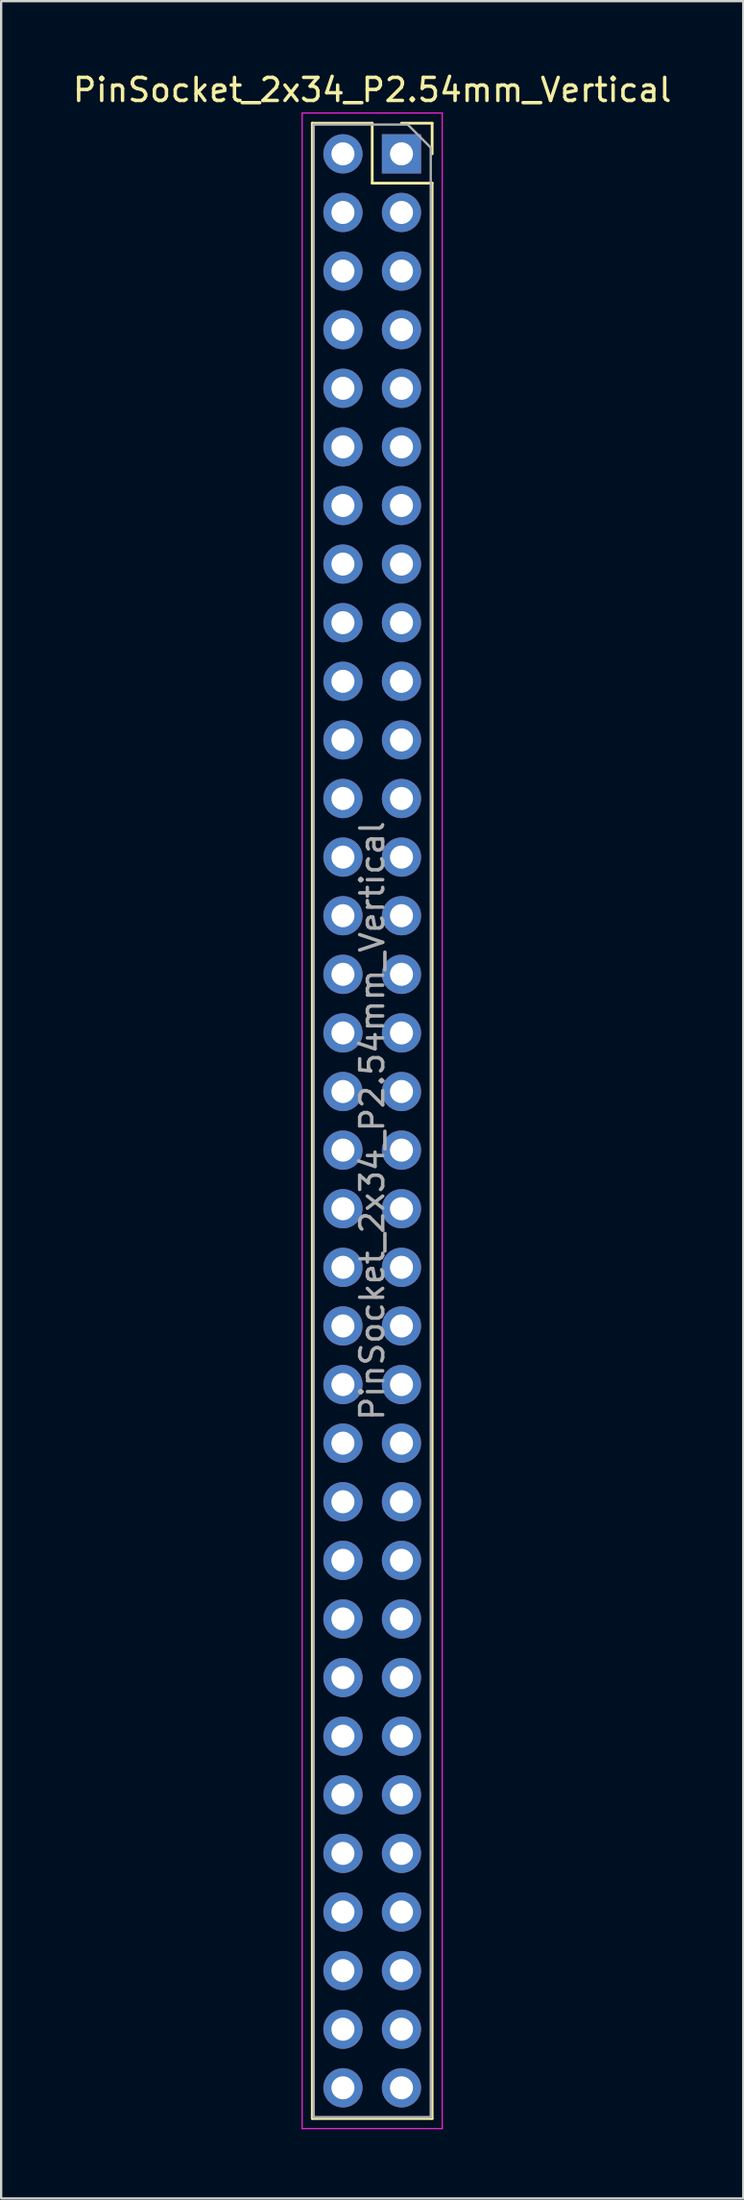
<source format=kicad_pcb>
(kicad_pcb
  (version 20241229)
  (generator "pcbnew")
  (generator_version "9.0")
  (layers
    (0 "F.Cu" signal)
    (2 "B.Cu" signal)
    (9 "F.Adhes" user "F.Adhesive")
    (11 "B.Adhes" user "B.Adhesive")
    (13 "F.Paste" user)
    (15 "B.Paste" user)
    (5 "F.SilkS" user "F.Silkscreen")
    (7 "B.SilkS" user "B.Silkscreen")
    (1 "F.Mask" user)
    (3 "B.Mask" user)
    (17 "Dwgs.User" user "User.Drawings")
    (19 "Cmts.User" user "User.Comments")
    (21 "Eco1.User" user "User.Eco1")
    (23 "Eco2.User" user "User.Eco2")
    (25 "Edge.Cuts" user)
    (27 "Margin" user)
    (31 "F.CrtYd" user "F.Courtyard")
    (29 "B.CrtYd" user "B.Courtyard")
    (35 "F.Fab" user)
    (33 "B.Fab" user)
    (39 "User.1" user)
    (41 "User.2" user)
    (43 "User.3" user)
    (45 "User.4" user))
  (footprint "PinSocket_2x34_P2.54mm_Vertical"
    (layer "F.Cu")
    (at 14.371 3.618)
    (property "Reference" "PinSocket_2x34_P2.54mm_Vertical" (at -1.27 -2.77 0) (layer "F.SilkS") (effects (font (size 1 1) (thickness 0.15))))
    (attr through_hole)
    (fp_line (start -3.87 -1.33) (end -3.87 85.15) (stroke (width 0.12) (type solid)) (layer "F.SilkS"))
    (fp_line (start -3.87 -1.33) (end -1.27 -1.33) (stroke (width 0.12) (type solid)) (layer "F.SilkS"))
    (fp_line (start -3.87 85.15) (end 1.33 85.15) (stroke (width 0.12) (type solid)) (layer "F.SilkS"))
    (fp_line (start -1.27 -1.33) (end -1.27 1.27) (stroke (width 0.12) (type solid)) (layer "F.SilkS"))
    (fp_line (start -1.27 1.27) (end 1.33 1.27) (stroke (width 0.12) (type solid)) (layer "F.SilkS"))
    (fp_line (start 0 -1.33) (end 1.33 -1.33) (stroke (width 0.12) (type solid)) (layer "F.SilkS"))
    (fp_line (start 1.33 -1.33) (end 1.33 0) (stroke (width 0.12) (type solid)) (layer "F.SilkS"))
    (fp_line (start 1.33 1.27) (end 1.33 85.15) (stroke (width 0.12) (type solid)) (layer "F.SilkS"))
    (fp_line (start -4.31 -1.77) (end 1.77 -1.77) (stroke (width 0.05) (type solid)) (layer "F.CrtYd"))
    (fp_line (start -4.31 85.59) (end -4.31 -1.77) (stroke (width 0.05) (type solid)) (layer "F.CrtYd"))
    (fp_line (start 1.77 -1.77) (end 1.77 85.59) (stroke (width 0.05) (type solid)) (layer "F.CrtYd"))
    (fp_line (start 1.77 85.59) (end -4.31 85.59) (stroke (width 0.05) (type solid)) (layer "F.CrtYd"))
    (fp_line (start -3.81 -1.27) (end 0.27 -1.27) (stroke (width 0.1) (type solid)) (layer "F.Fab"))
    (fp_line (start -3.81 85.09) (end -3.81 -1.27) (stroke (width 0.1) (type solid)) (layer "F.Fab"))
    (fp_line (start 0.27 -1.27) (end 1.27 -0.27) (stroke (width 0.1) (type solid)) (layer "F.Fab"))
    (fp_line (start 1.27 -0.27) (end 1.27 85.09) (stroke (width 0.1) (type solid)) (layer "F.Fab"))
    (fp_line (start 1.27 85.09) (end -3.81 85.09) (stroke (width 0.1) (type solid)) (layer "F.Fab"))
    (fp_text user "${REFERENCE}" (at -1.27 41.91 90) (layer "F.Fab") (effects (font (size 1 1) (thickness 0.15))))
    (pad "1" thru_hole rect (at 0 0) (size 1.7 1.7) (drill 1) (layers "*.Cu" "*.Mask"))
    (pad "2" thru_hole circle (at -2.54 0) (size 1.7 1.7) (drill 1) (layers "*.Cu" "*.Mask"))
    (pad "3" thru_hole circle (at 0 2.54) (size 1.7 1.7) (drill 1) (layers "*.Cu" "*.Mask"))
    (pad "4" thru_hole circle (at -2.54 2.54) (size 1.7 1.7) (drill 1) (layers "*.Cu" "*.Mask"))
    (pad "5" thru_hole circle (at 0 5.08) (size 1.7 1.7) (drill 1) (layers "*.Cu" "*.Mask"))
    (pad "6" thru_hole circle (at -2.54 5.08) (size 1.7 1.7) (drill 1) (layers "*.Cu" "*.Mask"))
    (pad "7" thru_hole circle (at 0 7.62) (size 1.7 1.7) (drill 1) (layers "*.Cu" "*.Mask"))
    (pad "8" thru_hole circle (at -2.54 7.62) (size 1.7 1.7) (drill 1) (layers "*.Cu" "*.Mask"))
    (pad "9" thru_hole circle (at 0 10.16) (size 1.7 1.7) (drill 1) (layers "*.Cu" "*.Mask"))
    (pad "10" thru_hole circle (at -2.54 10.16) (size 1.7 1.7) (drill 1) (layers "*.Cu" "*.Mask"))
    (pad "11" thru_hole circle (at 0 12.7) (size 1.7 1.7) (drill 1) (layers "*.Cu" "*.Mask"))
    (pad "12" thru_hole circle (at -2.54 12.7) (size 1.7 1.7) (drill 1) (layers "*.Cu" "*.Mask"))
    (pad "13" thru_hole circle (at 0 15.24) (size 1.7 1.7) (drill 1) (layers "*.Cu" "*.Mask"))
    (pad "14" thru_hole circle (at -2.54 15.24) (size 1.7 1.7) (drill 1) (layers "*.Cu" "*.Mask"))
    (pad "15" thru_hole circle (at 0 17.78) (size 1.7 1.7) (drill 1) (layers "*.Cu" "*.Mask"))
    (pad "16" thru_hole circle (at -2.54 17.78) (size 1.7 1.7) (drill 1) (layers "*.Cu" "*.Mask"))
    (pad "17" thru_hole circle (at 0 20.32) (size 1.7 1.7) (drill 1) (layers "*.Cu" "*.Mask"))
    (pad "18" thru_hole circle (at -2.54 20.32) (size 1.7 1.7) (drill 1) (layers "*.Cu" "*.Mask"))
    (pad "19" thru_hole circle (at 0 22.86) (size 1.7 1.7) (drill 1) (layers "*.Cu" "*.Mask"))
    (pad "20" thru_hole circle (at -2.54 22.86) (size 1.7 1.7) (drill 1) (layers "*.Cu" "*.Mask"))
    (pad "21" thru_hole circle (at 0 25.4) (size 1.7 1.7) (drill 1) (layers "*.Cu" "*.Mask"))
    (pad "22" thru_hole circle (at -2.54 25.4) (size 1.7 1.7) (drill 1) (layers "*.Cu" "*.Mask"))
    (pad "23" thru_hole circle (at 0 27.94) (size 1.7 1.7) (drill 1) (layers "*.Cu" "*.Mask"))
    (pad "24" thru_hole circle (at -2.54 27.94) (size 1.7 1.7) (drill 1) (layers "*.Cu" "*.Mask"))
    (pad "25" thru_hole circle (at 0 30.48) (size 1.7 1.7) (drill 1) (layers "*.Cu" "*.Mask"))
    (pad "26" thru_hole circle (at -2.54 30.48) (size 1.7 1.7) (drill 1) (layers "*.Cu" "*.Mask"))
    (pad "27" thru_hole circle (at 0 33.02) (size 1.7 1.7) (drill 1) (layers "*.Cu" "*.Mask"))
    (pad "28" thru_hole circle (at -2.54 33.02) (size 1.7 1.7) (drill 1) (layers "*.Cu" "*.Mask"))
    (pad "29" thru_hole circle (at 0 35.56) (size 1.7 1.7) (drill 1) (layers "*.Cu" "*.Mask"))
    (pad "30" thru_hole circle (at -2.54 35.56) (size 1.7 1.7) (drill 1) (layers "*.Cu" "*.Mask"))
    (pad "31" thru_hole circle (at 0 38.1) (size 1.7 1.7) (drill 1) (layers "*.Cu" "*.Mask"))
    (pad "32" thru_hole circle (at -2.54 38.1) (size 1.7 1.7) (drill 1) (layers "*.Cu" "*.Mask"))
    (pad "33" thru_hole circle (at 0 40.64) (size 1.7 1.7) (drill 1) (layers "*.Cu" "*.Mask"))
    (pad "34" thru_hole circle (at -2.54 40.64) (size 1.7 1.7) (drill 1) (layers "*.Cu" "*.Mask"))
    (pad "35" thru_hole circle (at 0 43.18) (size 1.7 1.7) (drill 1) (layers "*.Cu" "*.Mask"))
    (pad "36" thru_hole circle (at -2.54 43.18) (size 1.7 1.7) (drill 1) (layers "*.Cu" "*.Mask"))
    (pad "37" thru_hole circle (at 0 45.72) (size 1.7 1.7) (drill 1) (layers "*.Cu" "*.Mask"))
    (pad "38" thru_hole circle (at -2.54 45.72) (size 1.7 1.7) (drill 1) (layers "*.Cu" "*.Mask"))
    (pad "39" thru_hole circle (at 0 48.26) (size 1.7 1.7) (drill 1) (layers "*.Cu" "*.Mask"))
    (pad "40" thru_hole circle (at -2.54 48.26) (size 1.7 1.7) (drill 1) (layers "*.Cu" "*.Mask"))
    (pad "41" thru_hole circle (at 0 50.8) (size 1.7 1.7) (drill 1) (layers "*.Cu" "*.Mask"))
    (pad "42" thru_hole circle (at -2.54 50.8) (size 1.7 1.7) (drill 1) (layers "*.Cu" "*.Mask"))
    (pad "43" thru_hole circle (at 0 53.34) (size 1.7 1.7) (drill 1) (layers "*.Cu" "*.Mask"))
    (pad "44" thru_hole circle (at -2.54 53.34) (size 1.7 1.7) (drill 1) (layers "*.Cu" "*.Mask"))
    (pad "45" thru_hole circle (at 0 55.88) (size 1.7 1.7) (drill 1) (layers "*.Cu" "*.Mask"))
    (pad "46" thru_hole circle (at -2.54 55.88) (size 1.7 1.7) (drill 1) (layers "*.Cu" "*.Mask"))
    (pad "47" thru_hole circle (at 0 58.42) (size 1.7 1.7) (drill 1) (layers "*.Cu" "*.Mask"))
    (pad "48" thru_hole circle (at -2.54 58.42) (size 1.7 1.7) (drill 1) (layers "*.Cu" "*.Mask"))
    (pad "49" thru_hole circle (at 0 60.96) (size 1.7 1.7) (drill 1) (layers "*.Cu" "*.Mask"))
    (pad "50" thru_hole circle (at -2.54 60.96) (size 1.7 1.7) (drill 1) (layers "*.Cu" "*.Mask"))
    (pad "51" thru_hole circle (at 0 63.5) (size 1.7 1.7) (drill 1) (layers "*.Cu" "*.Mask"))
    (pad "52" thru_hole circle (at -2.54 63.5) (size 1.7 1.7) (drill 1) (layers "*.Cu" "*.Mask"))
    (pad "53" thru_hole circle (at 0 66.04) (size 1.7 1.7) (drill 1) (layers "*.Cu" "*.Mask"))
    (pad "54" thru_hole circle (at -2.54 66.04) (size 1.7 1.7) (drill 1) (layers "*.Cu" "*.Mask"))
    (pad "55" thru_hole circle (at 0 68.58) (size 1.7 1.7) (drill 1) (layers "*.Cu" "*.Mask"))
    (pad "56" thru_hole circle (at -2.54 68.58) (size 1.7 1.7) (drill 1) (layers "*.Cu" "*.Mask"))
    (pad "57" thru_hole circle (at 0 71.12) (size 1.7 1.7) (drill 1) (layers "*.Cu" "*.Mask"))
    (pad "58" thru_hole circle (at -2.54 71.12) (size 1.7 1.7) (drill 1) (layers "*.Cu" "*.Mask"))
    (pad "59" thru_hole circle (at 0 73.66) (size 1.7 1.7) (drill 1) (layers "*.Cu" "*.Mask"))
    (pad "60" thru_hole circle (at -2.54 73.66) (size 1.7 1.7) (drill 1) (layers "*.Cu" "*.Mask"))
    (pad "61" thru_hole circle (at 0 76.2) (size 1.7 1.7) (drill 1) (layers "*.Cu" "*.Mask"))
    (pad "62" thru_hole circle (at -2.54 76.2) (size 1.7 1.7) (drill 1) (layers "*.Cu" "*.Mask"))
    (pad "63" thru_hole circle (at 0 78.74) (size 1.7 1.7) (drill 1) (layers "*.Cu" "*.Mask"))
    (pad "64" thru_hole circle (at -2.54 78.74) (size 1.7 1.7) (drill 1) (layers "*.Cu" "*.Mask"))
    (pad "65" thru_hole circle (at 0 81.28) (size 1.7 1.7) (drill 1) (layers "*.Cu" "*.Mask"))
    (pad "66" thru_hole circle (at -2.54 81.28) (size 1.7 1.7) (drill 1) (layers "*.Cu" "*.Mask"))
    (pad "67" thru_hole circle (at 0 83.82) (size 1.7 1.7) (drill 1) (layers "*.Cu" "*.Mask"))
    (pad "68" thru_hole circle (at -2.54 83.82) (size 1.7 1.7) (drill 1) (layers "*.Cu" "*.Mask")))
  (gr_rect
    (start -3 -3)
    (end 29.202 92.233)
    (stroke (width 0.1) (type default))
    (fill no)
    (layer "Edge.Cuts")))
</source>
